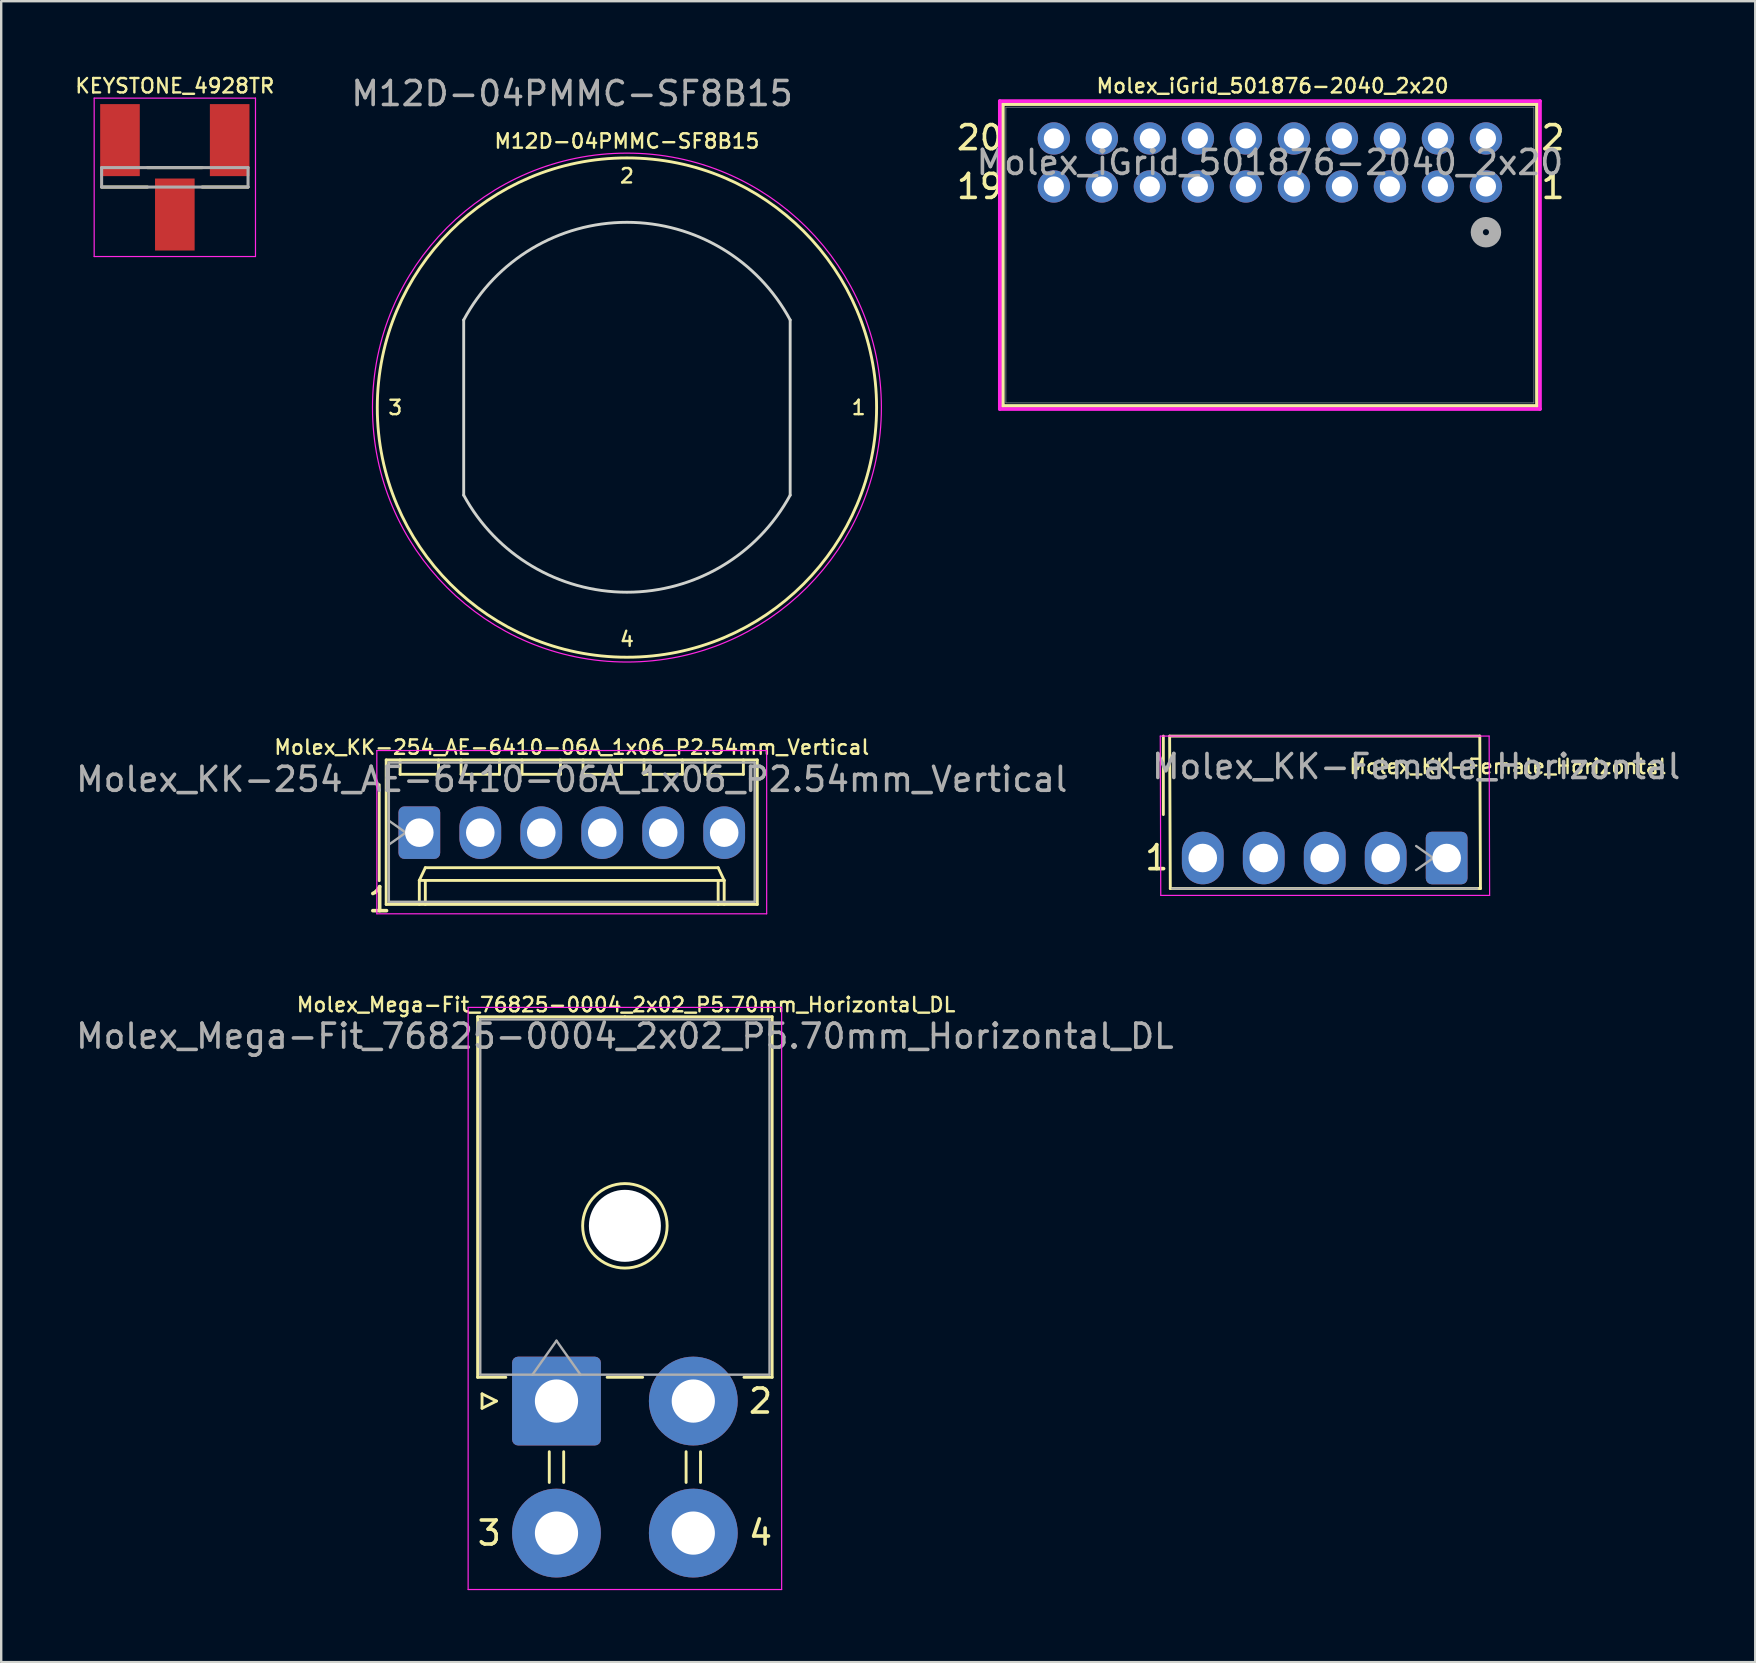
<source format=kicad_pcb>
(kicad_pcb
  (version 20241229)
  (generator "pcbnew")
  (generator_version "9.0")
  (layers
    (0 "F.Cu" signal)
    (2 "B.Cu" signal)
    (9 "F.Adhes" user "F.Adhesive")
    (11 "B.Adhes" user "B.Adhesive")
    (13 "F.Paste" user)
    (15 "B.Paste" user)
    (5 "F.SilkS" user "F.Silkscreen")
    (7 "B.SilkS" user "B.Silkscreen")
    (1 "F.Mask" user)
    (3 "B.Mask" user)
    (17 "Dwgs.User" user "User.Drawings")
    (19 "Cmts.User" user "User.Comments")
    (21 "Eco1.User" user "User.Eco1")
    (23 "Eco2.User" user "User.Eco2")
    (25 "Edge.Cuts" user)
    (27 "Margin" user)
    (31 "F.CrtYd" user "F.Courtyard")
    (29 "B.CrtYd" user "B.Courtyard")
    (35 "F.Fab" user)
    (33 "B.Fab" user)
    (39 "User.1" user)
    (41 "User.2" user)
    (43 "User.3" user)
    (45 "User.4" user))
  (footprint "KEYSTONE_4928TR"
    (layer "F.Cu")
    (at 4.233 4.337)
    (property "Reference" "KEYSTONE_4928TR" (at 0 -3.81 0) (layer "F.SilkS") (effects (font (size 0.6 0.6) (thickness 0.1))))
    (attr smd)
    (fp_line (start -1.14 -0.405) (end 1.14 -0.405) (stroke (width 0.127) (type solid)) (layer "F.SilkS"))
    (fp_line (start -1.14 0.405) (end -3.05 0.405) (stroke (width 0.127) (type solid)) (layer "F.SilkS"))
    (fp_line (start 3.05 0.405) (end 1.14 0.405) (stroke (width 0.127) (type solid)) (layer "F.SilkS"))
    (fp_line (start -3.36 -3.3) (end -3.36 3.3) (stroke (width 0.05) (type solid)) (layer "F.CrtYd"))
    (fp_line (start -3.36 3.3) (end 3.36 3.3) (stroke (width 0.05) (type solid)) (layer "F.CrtYd"))
    (fp_line (start 3.36 -3.3) (end -3.36 -3.3) (stroke (width 0.05) (type solid)) (layer "F.CrtYd"))
    (fp_line (start 3.36 3.3) (end 3.36 -3.3) (stroke (width 0.05) (type solid)) (layer "F.CrtYd"))
    (fp_line (start -3.05 -0.405) (end 3.05 -0.405) (stroke (width 0.127) (type solid)) (layer "F.Fab"))
    (fp_line (start -3.05 0.405) (end -3.05 -0.405) (stroke (width 0.127) (type solid)) (layer "F.Fab"))
    (fp_line (start 3.05 -0.405) (end 3.05 0.405) (stroke (width 0.127) (type solid)) (layer "F.Fab"))
    (fp_line (start 3.05 0.405) (end -3.05 0.405) (stroke (width 0.127) (type solid)) (layer "F.Fab"))
    (pad "1_1" smd rect (at 2.285 -1.55) (size 1.65 3) (layers "F.Cu" "F.Mask" "F.Paste"))
    (pad "1_2" smd rect (at 0 1.55) (size 1.65 3) (layers "F.Cu" "F.Mask" "F.Paste"))
    (pad "1_3" smd rect (at -2.285 -1.55) (size 1.65 3) (layers "F.Cu" "F.Mask" "F.Paste")))
  (footprint "M12D-04PMMC-SF8B15"
    (layer "F.Cu")
    (at 23.067 13.929)
    (property "Reference" "M12D-04PMMC-SF8B15" (at 0 -11.1 0) (unlocked yes) (layer "F.SilkS") (effects (font (size 0.6 0.6) (thickness 0.1))))
    (fp_circle (center 0 0) (end 10.4 0) (stroke (width 0.12) (type solid)) (fill no) (layer "F.SilkS"))
    (fp_line (start -6.8 3.65) (end -6.8 -3.65) (stroke (width 0.12) (type solid)) (layer "Edge.Cuts"))
    (fp_line (start 6.8 3.65) (end 6.8 -3.65) (stroke (width 0.12) (type solid)) (layer "Edge.Cuts"))
    (fp_arc (start -6.799998 -3.65) (mid 0.000001 -7.717673) (end 6.799999 -3.649999) (stroke (width 0.12) (type solid)) (layer "Edge.Cuts"))
    (fp_arc (start 6.799999 3.65) (mid 0 7.691446) (end -6.799999 3.65) (stroke (width 0.12) (type solid)) (layer "Edge.Cuts"))
    (fp_circle (center 0 0) (end 10.6 0) (stroke (width 0.05) (type solid)) (fill no) (layer "F.CrtYd"))
    (fp_text user "4" (at 0 9.652 0) (unlocked yes) (layer "F.SilkS") (effects (font (size 0.6 0.6) (thickness 0.1))))
    (fp_text user "1" (at 9.652 0 0) (unlocked yes) (layer "F.SilkS") (effects (font (size 0.6 0.6) (thickness 0.1))))
    (fp_text user "2" (at 0 -9.652 0) (unlocked yes) (layer "F.SilkS") (effects (font (size 0.6 0.6) (thickness 0.1))))
    (fp_text user "3" (at -9.652 0 0) (unlocked yes) (layer "F.SilkS") (effects (font (size 0.6 0.6) (thickness 0.1))))
    (fp_text user "${REFERENCE}" (at -2.286 -13.081 0) (unlocked yes) (layer "F.Fab") (effects (font (size 1 1) (thickness 0.15)))))
  (footprint "Molex_KK-254_AE-6410-06A_1x06_P2.54mm_Vertical"
    (layer "F.Cu")
    (at 14.418 31.637)
    (property "Reference" "Molex_KK-254_AE-6410-06A_1x06_P2.54mm_Vertical" (at 6.35 -3.556 0) (layer "F.SilkS") (effects (font (size 0.6 0.6) (thickness 0.1))))
    (attr through_hole)
    (fp_line (start -1.67 -2) (end -1.67 2) (stroke (width 0.12) (type solid)) (layer "F.SilkS"))
    (fp_line (start -1.38 -3.03) (end -1.38 2.99) (stroke (width 0.12) (type solid)) (layer "F.SilkS"))
    (fp_line (start -1.38 2.99) (end 14.08 2.99) (stroke (width 0.12) (type solid)) (layer "F.SilkS"))
    (fp_line (start -0.8 -3.03) (end -0.8 -2.43) (stroke (width 0.12) (type solid)) (layer "F.SilkS"))
    (fp_line (start -0.8 -2.43) (end 0.8 -2.43) (stroke (width 0.12) (type solid)) (layer "F.SilkS"))
    (fp_line (start 0 1.99) (end 0.25 1.46) (stroke (width 0.12) (type solid)) (layer "F.SilkS"))
    (fp_line (start 0 1.99) (end 12.7 1.99) (stroke (width 0.12) (type solid)) (layer "F.SilkS"))
    (fp_line (start 0 2.99) (end 0 1.99) (stroke (width 0.12) (type solid)) (layer "F.SilkS"))
    (fp_line (start 0.25 1.46) (end 12.45 1.46) (stroke (width 0.12) (type solid)) (layer "F.SilkS"))
    (fp_line (start 0.25 2.99) (end 0.25 1.99) (stroke (width 0.12) (type solid)) (layer "F.SilkS"))
    (fp_line (start 0.8 -2.43) (end 0.8 -3.03) (stroke (width 0.12) (type solid)) (layer "F.SilkS"))
    (fp_line (start 1.74 -3.03) (end 1.74 -2.43) (stroke (width 0.12) (type solid)) (layer "F.SilkS"))
    (fp_line (start 1.74 -2.43) (end 3.34 -2.43) (stroke (width 0.12) (type solid)) (layer "F.SilkS"))
    (fp_line (start 3.34 -2.43) (end 3.34 -3.03) (stroke (width 0.12) (type solid)) (layer "F.SilkS"))
    (fp_line (start 4.28 -3.03) (end 4.28 -2.43) (stroke (width 0.12) (type solid)) (layer "F.SilkS"))
    (fp_line (start 4.28 -2.43) (end 5.88 -2.43) (stroke (width 0.12) (type solid)) (layer "F.SilkS"))
    (fp_line (start 5.88 -2.43) (end 5.88 -3.03) (stroke (width 0.12) (type solid)) (layer "F.SilkS"))
    (fp_line (start 6.82 -3.03) (end 6.82 -2.43) (stroke (width 0.12) (type solid)) (layer "F.SilkS"))
    (fp_line (start 6.82 -2.43) (end 8.42 -2.43) (stroke (width 0.12) (type solid)) (layer "F.SilkS"))
    (fp_line (start 8.42 -2.43) (end 8.42 -3.03) (stroke (width 0.12) (type solid)) (layer "F.SilkS"))
    (fp_line (start 9.36 -3.03) (end 9.36 -2.43) (stroke (width 0.12) (type solid)) (layer "F.SilkS"))
    (fp_line (start 9.36 -2.43) (end 10.96 -2.43) (stroke (width 0.12) (type solid)) (layer "F.SilkS"))
    (fp_line (start 10.96 -2.43) (end 10.96 -3.03) (stroke (width 0.12) (type solid)) (layer "F.SilkS"))
    (fp_line (start 11.9 -3.03) (end 11.9 -2.43) (stroke (width 0.12) (type solid)) (layer "F.SilkS"))
    (fp_line (start 11.9 -2.43) (end 13.5 -2.43) (stroke (width 0.12) (type solid)) (layer "F.SilkS"))
    (fp_line (start 12.45 1.46) (end 12.7 1.99) (stroke (width 0.12) (type solid)) (layer "F.SilkS"))
    (fp_line (start 12.45 2.99) (end 12.45 1.99) (stroke (width 0.12) (type solid)) (layer "F.SilkS"))
    (fp_line (start 12.7 1.99) (end 12.7 2.99) (stroke (width 0.12) (type solid)) (layer "F.SilkS"))
    (fp_line (start 13.5 -2.43) (end 13.5 -3.03) (stroke (width 0.12) (type solid)) (layer "F.SilkS"))
    (fp_line (start 14.08 -3.03) (end -1.38 -3.03) (stroke (width 0.12) (type solid)) (layer "F.SilkS"))
    (fp_line (start 14.08 2.99) (end 14.08 -3.03) (stroke (width 0.12) (type solid)) (layer "F.SilkS"))
    (fp_line (start -1.77 -3.42) (end -1.77 3.38) (stroke (width 0.05) (type solid)) (layer "F.CrtYd"))
    (fp_line (start -1.77 3.38) (end 14.47 3.38) (stroke (width 0.05) (type solid)) (layer "F.CrtYd"))
    (fp_line (start 14.47 -3.42) (end -1.77 -3.42) (stroke (width 0.05) (type solid)) (layer "F.CrtYd"))
    (fp_line (start 14.47 3.38) (end 14.47 -3.42) (stroke (width 0.05) (type solid)) (layer "F.CrtYd"))
    (fp_line (start -1.27 -2.92) (end -1.27 2.88) (stroke (width 0.1) (type solid)) (layer "F.Fab"))
    (fp_line (start -1.27 -0.5) (end -0.563 0) (stroke (width 0.1) (type solid)) (layer "F.Fab"))
    (fp_line (start -1.27 2.88) (end 13.97 2.88) (stroke (width 0.1) (type solid)) (layer "F.Fab"))
    (fp_line (start -0.563 0) (end -1.27 0.5) (stroke (width 0.1) (type solid)) (layer "F.Fab"))
    (fp_line (start 13.97 -2.92) (end -1.27 -2.92) (stroke (width 0.1) (type solid)) (layer "F.Fab"))
    (fp_line (start 13.97 2.88) (end 13.97 -2.92) (stroke (width 0.1) (type solid)) (layer "F.Fab"))
    (fp_text user "1" (at -1.651 2.794 0) (unlocked yes) (layer "F.SilkS") (effects (font (size 1 1) (thickness 0.15))))
    (fp_text user "${REFERENCE}" (at 6.35 -2.22 0) (layer "F.Fab") (effects (font (size 1 1) (thickness 0.15))))
    (pad "1" thru_hole roundrect (at 0 0) (size 1.74 2.19) (drill 1.19) (layers "*.Cu" "*.Mask") (roundrect_rratio 0.144))
    (pad "2" thru_hole oval (at 2.54 0) (size 1.74 2.19) (drill 1.19) (layers "*.Cu" "*.Mask"))
    (pad "3" thru_hole oval (at 5.08 0) (size 1.74 2.19) (drill 1.19) (layers "*.Cu" "*.Mask"))
    (pad "4" thru_hole oval (at 7.62 0) (size 1.74 2.19) (drill 1.19) (layers "*.Cu" "*.Mask"))
    (pad "5" thru_hole oval (at 10.16 0) (size 1.74 2.19) (drill 1.19) (layers "*.Cu" "*.Mask"))
    (pad "6" thru_hole oval (at 12.7 0) (size 1.74 2.19) (drill 1.19) (layers "*.Cu" "*.Mask")))
  (footprint "Molex_Mega-Fit_76825-0004_2x02_P5.70mm_Horizontal_DL"
    (layer "F.Cu")
    (at 20.132 55.316)
    (property "Reference" "Molex_Mega-Fit_76825-0004_2x02_P5.70mm_Horizontal_DL" (at 2.9 -16.51 180) (layer "F.SilkS") (effects (font (size 0.6 0.6) (thickness 0.1))))
    (attr through_hole)
    (fp_line (start -3.285 -16.01) (end -3.285 -0.99) (stroke (width 0.12) (type solid)) (layer "F.SilkS"))
    (fp_line (start -3.285 -0.99) (end -2.11 -0.99) (stroke (width 0.12) (type solid)) (layer "F.SilkS"))
    (fp_line (start -3.1 -0.3) (end -2.5 0) (stroke (width 0.12) (type solid)) (layer "F.SilkS"))
    (fp_line (start -3.1 0.3) (end -3.1 -0.3) (stroke (width 0.12) (type solid)) (layer "F.SilkS"))
    (fp_line (start -2.5 0) (end -3.1 0.3) (stroke (width 0.12) (type solid)) (layer "F.SilkS"))
    (fp_line (start -0.3 2.11) (end -0.3 3.39) (stroke (width 0.12) (type solid)) (layer "F.SilkS"))
    (fp_line (start 0.3 2.11) (end 0.3 3.39) (stroke (width 0.12) (type solid)) (layer "F.SilkS"))
    (fp_line (start 2.11 -0.99) (end 3.59 -0.99) (stroke (width 0.12) (type solid)) (layer "F.SilkS"))
    (fp_line (start 2.85 -16.01) (end -3.285 -16.01) (stroke (width 0.12) (type solid)) (layer "F.SilkS"))
    (fp_line (start 2.85 -16.01) (end 8.985 -16.01) (stroke (width 0.12) (type solid)) (layer "F.SilkS"))
    (fp_line (start 5.4 2.11) (end 5.4 3.39) (stroke (width 0.12) (type solid)) (layer "F.SilkS"))
    (fp_line (start 6 2.11) (end 6 3.39) (stroke (width 0.12) (type solid)) (layer "F.SilkS"))
    (fp_line (start 8.985 -16.01) (end 8.985 -0.99) (stroke (width 0.12) (type solid)) (layer "F.SilkS"))
    (fp_line (start 8.985 -0.99) (end 7.81 -0.99) (stroke (width 0.12) (type solid)) (layer "F.SilkS"))
    (fp_circle (center 2.85 -7.3) (end 4.61 -7.3) (stroke (width 0.12) (type solid)) (fill no) (layer "F.SilkS"))
    (fp_line (start -3.68 -16.4) (end -3.68 7.85) (stroke (width 0.05) (type solid)) (layer "F.CrtYd"))
    (fp_line (start -3.68 7.85) (end 9.38 7.85) (stroke (width 0.05) (type solid)) (layer "F.CrtYd"))
    (fp_line (start 9.38 -16.4) (end -3.68 -16.4) (stroke (width 0.05) (type solid)) (layer "F.CrtYd"))
    (fp_line (start 9.38 7.85) (end 9.38 -16.4) (stroke (width 0.05) (type solid)) (layer "F.CrtYd"))
    (fp_line (start -3.175 -15.9) (end -3.175 -1.1) (stroke (width 0.1) (type solid)) (layer "F.Fab"))
    (fp_line (start -3.175 -1.1) (end 8.875 -1.1) (stroke (width 0.1) (type solid)) (layer "F.Fab"))
    (fp_line (start -1 -1.1) (end 0 -2.514) (stroke (width 0.1) (type solid)) (layer "F.Fab"))
    (fp_line (start 0 -2.514) (end 1 -1.1) (stroke (width 0.1) (type solid)) (layer "F.Fab"))
    (fp_line (start 8.875 -15.9) (end -3.175 -15.9) (stroke (width 0.1) (type solid)) (layer "F.Fab"))
    (fp_line (start 8.875 -1.1) (end 8.875 -15.9) (stroke (width 0.1) (type solid)) (layer "F.Fab"))
    (fp_text user "2" (at 8.5 0 0) (unlocked yes) (layer "F.SilkS") (effects (font (size 1 1) (thickness 0.15))))
    (fp_text user "3" (at -2.8 5.5 0) (unlocked yes) (layer "F.SilkS") (effects (font (size 1 1) (thickness 0.15))))
    (fp_text user "4" (at 8.5 5.5 0) (unlocked yes) (layer "F.SilkS") (effects (font (size 1 1) (thickness 0.15))))
    (fp_text user "${REFERENCE}" (at 2.85 -15.2 0) (layer "F.Fab") (effects (font (size 1 1) (thickness 0.15))))
    (pad "" np_thru_hole circle (at 2.85 -7.3) (size 3 3) (drill 3) (layers "*.Cu" "*.Mask"))
    (pad "1" thru_hole roundrect (at 0 0) (size 3.7 3.7) (drill 1.8) (layers "*.Cu" "*.Mask") (roundrect_rratio 0.068))
    (pad "2" thru_hole circle (at 5.7 0) (size 3.7 3.7) (drill 1.8) (layers "*.Cu" "*.Mask"))
    (pad "3" thru_hole circle (at 0 5.5) (size 3.7 3.7) (drill 1.8) (layers "*.Cu" "*.Mask"))
    (pad "4" thru_hole circle (at 5.7 5.5) (size 3.7 3.7) (drill 1.8) (layers "*.Cu" "*.Mask")))
  (footprint "Molex_KK-Female_Horizontal"
    (layer "F.Cu")
    (at 57.215 32.694)
    (property "Reference" "Molex_KK-Female_Horizontal" (at 2.551 -3.81 180) (layer "F.SilkS") (effects (font (size 0.6 0.6) (thickness 0.1))))
    (attr through_hole)
    (fp_line (start -11.802 -5.08) (end -11.802 -1.81) (stroke (width 0.12) (type solid)) (layer "F.SilkS"))
    (fp_line (start -11.54 -5.08) (end -11.512 1.27) (stroke (width 0.12) (type solid)) (layer "F.SilkS"))
    (fp_line (start -11.512 1.27) (end 1.408 1.27) (stroke (width 0.12) (type solid)) (layer "F.SilkS"))
    (fp_line (start 1.38 -5.08) (end -11.54 -5.08) (stroke (width 0.12) (type solid)) (layer "F.SilkS"))
    (fp_line (start 1.408 1.27) (end 1.38 -5.08) (stroke (width 0.12) (type solid)) (layer "F.SilkS"))
    (fp_line (start -11.93 -5.08) (end -11.91 1.556) (stroke (width 0.05) (type solid)) (layer "F.CrtYd"))
    (fp_line (start -11.91 1.556) (end 1.79 1.556) (stroke (width 0.05) (type solid)) (layer "F.CrtYd"))
    (fp_line (start 1.77 -5.08) (end -11.93 -5.08) (stroke (width 0.05) (type solid)) (layer "F.CrtYd"))
    (fp_line (start 1.79 1.556) (end 1.77 -5.08) (stroke (width 0.05) (type solid)) (layer "F.CrtYd"))
    (fp_line (start -11.43 1.27) (end 1.27 1.27) (stroke (width 0.1) (type solid)) (layer "F.Fab"))
    (fp_line (start -1.27 -0.5) (end -0.563 0) (stroke (width 0.1) (type solid)) (layer "F.Fab"))
    (fp_line (start -0.563 0) (end -1.27 0.5) (stroke (width 0.1) (type solid)) (layer "F.Fab"))
    (fp_text user "1" (at -12.078 -0.013 0) (unlocked yes) (layer "F.SilkS") (effects (font (size 1 1) (thickness 0.15))))
    (fp_text user "${REFERENCE}" (at -1.27 -3.81 180) (layer "F.Fab") (effects (font (size 1 1) (thickness 0.15))))
    (pad "1" thru_hole roundrect (at 0 0) (size 1.74 2.19) (drill 1.19) (layers "*.Cu" "*.Mask") (roundrect_rratio 0.144))
    (pad "2" thru_hole oval (at -2.54 0) (size 1.74 2.19) (drill 1.19) (layers "*.Cu" "*.Mask"))
    (pad "3" thru_hole oval (at -5.08 0) (size 1.74 2.19) (drill 1.19) (layers "*.Cu" "*.Mask"))
    (pad "4" thru_hole oval (at -7.62 0) (size 1.74 2.19) (drill 1.19) (layers "*.Cu" "*.Mask"))
    (pad "5" thru_hole oval (at -10.16 0) (size 1.74 2.19) (drill 1.19) (layers "*.Cu" "*.Mask")))
  (footprint "Molex_iGrid_501876-2040_2x20"
    (layer "F.Cu")
    (at 58.852 4.718)
    (property "Reference" "Molex_iGrid_501876-2040_2x20" (at -8.89 -4.191 0) (unlocked yes) (layer "F.SilkS") (effects (font (size 0.6 0.6) (thickness 0.1) (bold yes))))
    (attr through_hole)
    (fp_line (start -20.125 -3.43) (end -20.125 9.144) (stroke (width 0.152) (type solid)) (layer "F.SilkS"))
    (fp_line (start -20.125 9.144) (end 2.125 9.144) (stroke (width 0.152) (type solid)) (layer "F.SilkS"))
    (fp_line (start 2.125 -3.43) (end -20.125 -3.43) (stroke (width 0.152) (type solid)) (layer "F.SilkS"))
    (fp_line (start 2.125 9.144) (end 2.125 -3.43) (stroke (width 0.152) (type solid)) (layer "F.SilkS"))
    (fp_line (start -20.252 -3.557) (end -20.252 9.271) (stroke (width 0.152) (type solid)) (layer "F.CrtYd"))
    (fp_line (start -20.252 9.271) (end 2.252 9.271) (stroke (width 0.152) (type solid)) (layer "F.CrtYd"))
    (fp_line (start 2.252 -3.557) (end -20.252 -3.557) (stroke (width 0.152) (type solid)) (layer "F.CrtYd"))
    (fp_line (start 2.252 9.271) (end 2.252 -3.557) (stroke (width 0.152) (type solid)) (layer "F.CrtYd"))
    (fp_line (start -19.998 -3.303) (end -19.998 9.017) (stroke (width 0.025) (type solid)) (layer "F.Fab"))
    (fp_line (start -19.998 9.017) (end 1.998 9.017) (stroke (width 0.025) (type solid)) (layer "F.Fab"))
    (fp_line (start 1.998 -3.303) (end -19.998 -3.303) (stroke (width 0.025) (type solid)) (layer "F.Fab"))
    (fp_line (start 1.998 9.017) (end 1.998 -3.303) (stroke (width 0.025) (type solid)) (layer "F.Fab"))
    (fp_circle (center 0 1.905) (end 0.381 1.905) (stroke (width 0.508) (type solid)) (fill no) (layer "F.Fab"))
    (fp_text user "20" (at -21.082 -2.032 0) (unlocked yes) (layer "F.SilkS") (effects (font (size 1 1) (thickness 0.15))))
    (fp_text user "2" (at 2.794 -2.032 0) (unlocked yes) (layer "F.SilkS") (effects (font (size 1 1) (thickness 0.15))))
    (fp_text user "19" (at -21.082 0 0) (unlocked yes) (layer "F.SilkS") (effects (font (size 1 1) (thickness 0.15))))
    (fp_text user "1" (at 2.794 0 0) (unlocked yes) (layer "F.SilkS") (effects (font (size 1 1) (thickness 0.15))))
    (fp_text user "${REFERENCE}" (at -9 -1 0) (unlocked yes) (layer "F.Fab") (effects (font (size 1 1) (thickness 0.15))))
    (pad "1" thru_hole circle (at 0 0) (size 1.346 1.346) (drill 0.838) (layers "*.Cu" "*.Mask"))
    (pad "2" thru_hole circle (at 0 -2) (size 1.346 1.346) (drill 0.838) (layers "*.Cu" "*.Mask"))
    (pad "3" thru_hole circle (at -2 0) (size 1.346 1.346) (drill 0.838) (layers "*.Cu" "*.Mask"))
    (pad "4" thru_hole circle (at -2 -2) (size 1.346 1.346) (drill 0.838) (layers "*.Cu" "*.Mask"))
    (pad "5" thru_hole circle (at -4 0) (size 1.346 1.346) (drill 0.838) (layers "*.Cu" "*.Mask"))
    (pad "6" thru_hole circle (at -4 -2) (size 1.346 1.346) (drill 0.838) (layers "*.Cu" "*.Mask"))
    (pad "7" thru_hole circle (at -6 0) (size 1.346 1.346) (drill 0.838) (layers "*.Cu" "*.Mask"))
    (pad "8" thru_hole circle (at -6 -2) (size 1.346 1.346) (drill 0.838) (layers "*.Cu" "*.Mask"))
    (pad "9" thru_hole circle (at -8 0) (size 1.346 1.346) (drill 0.838) (layers "*.Cu" "*.Mask"))
    (pad "10" thru_hole circle (at -8 -2) (size 1.346 1.346) (drill 0.838) (layers "*.Cu" "*.Mask"))
    (pad "11" thru_hole circle (at -10 0) (size 1.346 1.346) (drill 0.838) (layers "*.Cu" "*.Mask"))
    (pad "12" thru_hole circle (at -10 -2) (size 1.346 1.346) (drill 0.838) (layers "*.Cu" "*.Mask"))
    (pad "13" thru_hole circle (at -12 0) (size 1.346 1.346) (drill 0.838) (layers "*.Cu" "*.Mask"))
    (pad "14" thru_hole circle (at -12 -2) (size 1.346 1.346) (drill 0.838) (layers "*.Cu" "*.Mask"))
    (pad "15" thru_hole circle (at -14 0) (size 1.346 1.346) (drill 0.838) (layers "*.Cu" "*.Mask"))
    (pad "16" thru_hole circle (at -14 -2) (size 1.346 1.346) (drill 0.838) (layers "*.Cu" "*.Mask"))
    (pad "17" thru_hole circle (at -16 0) (size 1.346 1.346) (drill 0.838) (layers "*.Cu" "*.Mask"))
    (pad "18" thru_hole circle (at -16 -2) (size 1.346 1.346) (drill 0.838) (layers "*.Cu" "*.Mask"))
    (pad "19" thru_hole circle (at -18 0) (size 1.346 1.346) (drill 0.838) (layers "*.Cu" "*.Mask"))
    (pad "20" thru_hole circle (at -18 -2) (size 1.346 1.346) (drill 0.838) (layers "*.Cu" "*.Mask")))
  (gr_rect
    (start -3 -3)
    (end 70.07 66.191)
    (stroke (width 0.1) (type default))
    (fill no)
    (layer "Edge.Cuts")))
</source>
